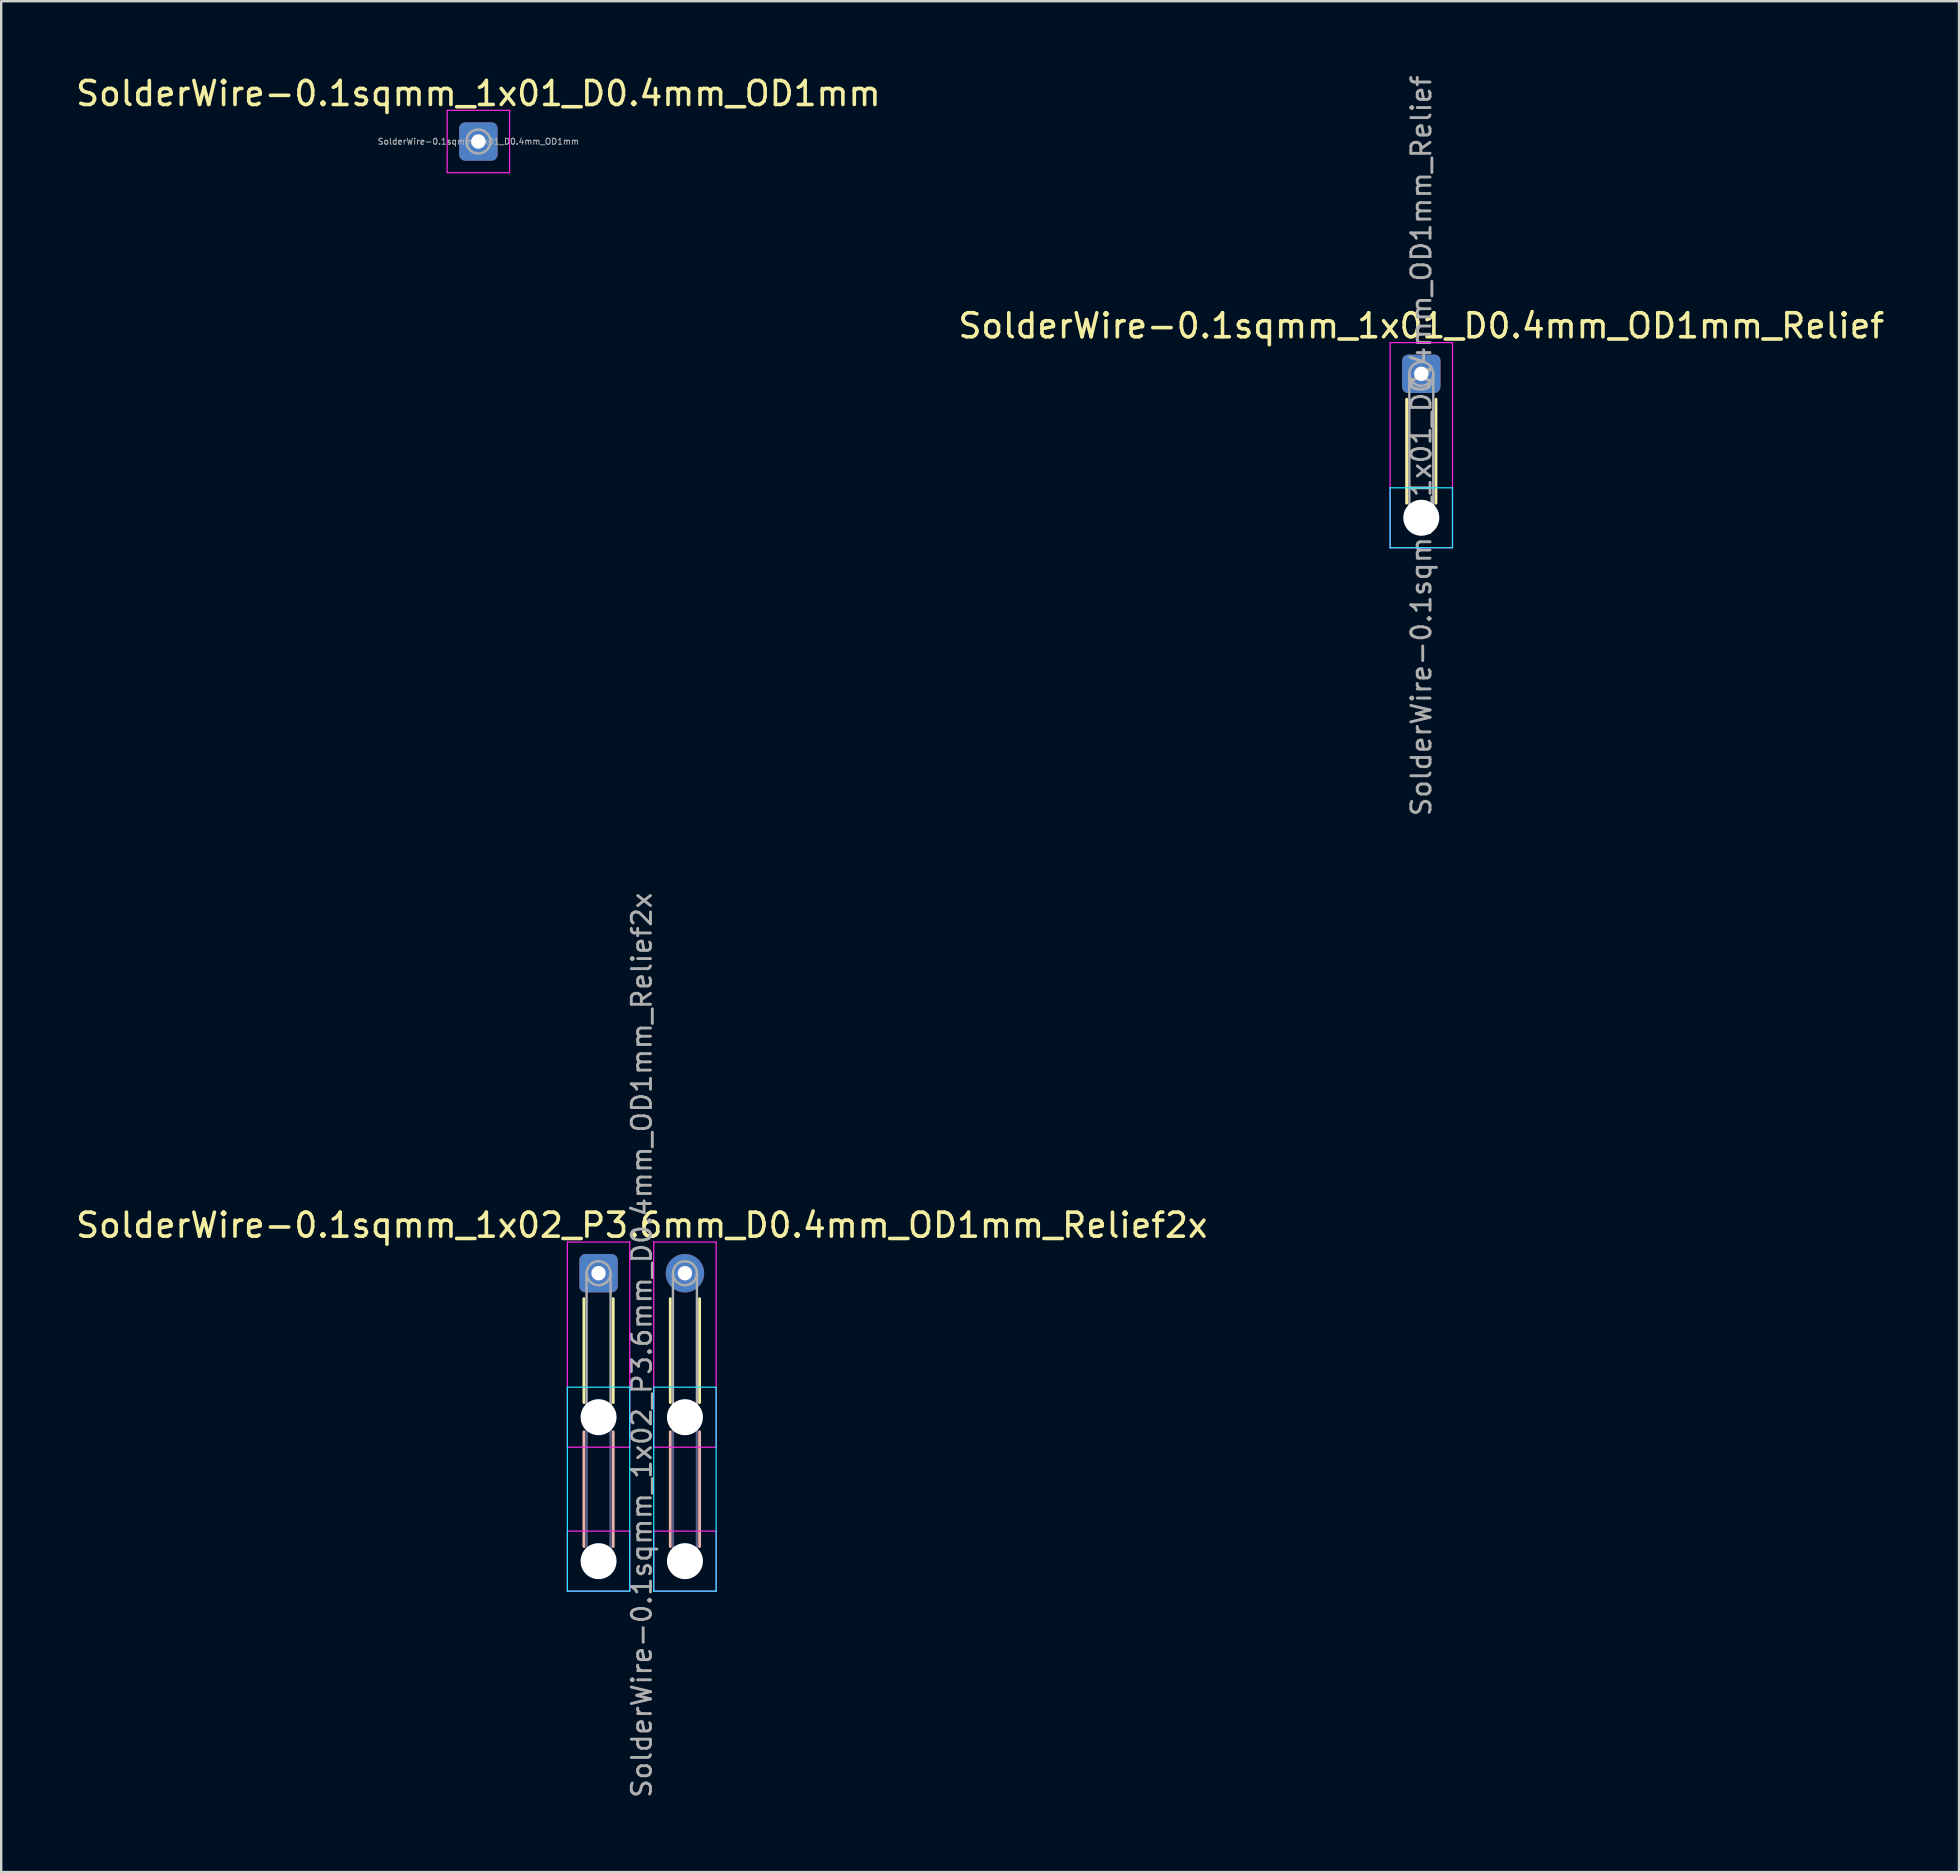
<source format=kicad_pcb>
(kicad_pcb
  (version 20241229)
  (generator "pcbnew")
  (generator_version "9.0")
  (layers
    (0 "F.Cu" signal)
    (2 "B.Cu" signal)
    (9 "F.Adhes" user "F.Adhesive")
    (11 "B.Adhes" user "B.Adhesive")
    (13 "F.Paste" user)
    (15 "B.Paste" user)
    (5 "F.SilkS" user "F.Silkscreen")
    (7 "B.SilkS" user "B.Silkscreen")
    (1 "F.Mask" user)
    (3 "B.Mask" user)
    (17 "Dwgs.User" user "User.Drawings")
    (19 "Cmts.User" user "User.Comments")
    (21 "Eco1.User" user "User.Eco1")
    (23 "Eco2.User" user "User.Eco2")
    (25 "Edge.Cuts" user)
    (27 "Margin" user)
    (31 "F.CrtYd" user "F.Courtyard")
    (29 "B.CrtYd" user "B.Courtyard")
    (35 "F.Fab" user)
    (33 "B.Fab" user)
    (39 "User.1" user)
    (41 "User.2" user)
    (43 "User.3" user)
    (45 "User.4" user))
  (footprint "SolderWire-0.1sqmm_1x01_D0.4mm_OD1mm_Relief"
    (layer "F.Cu")
    (at 56.185 12.529)
    (property "Reference" "SolderWire-0.1sqmm_1x01_D0.4mm_OD1mm_Relief" (at 0 -2 0) (layer "F.SilkS") (effects (font (size 1 1) (thickness 0.15))))
    (attr exclude_from_pos_files exclude_from_bom)
    (fp_line (start -0.61 1.06) (end -0.61 5.39) (stroke (width 0.12) (type solid)) (layer "F.SilkS"))
    (fp_line (start 0.61 1.06) (end 0.61 5.39) (stroke (width 0.12) (type solid)) (layer "F.SilkS"))
    (fp_line (start -1.3 4.75) (end -1.3 7.25) (stroke (width 0.05) (type solid)) (layer "B.CrtYd"))
    (fp_line (start -1.3 7.25) (end 1.3 7.25) (stroke (width 0.05) (type solid)) (layer "B.CrtYd"))
    (fp_line (start 1.3 4.75) (end -1.3 4.75) (stroke (width 0.05) (type solid)) (layer "B.CrtYd"))
    (fp_line (start 1.3 7.25) (end 1.3 4.75) (stroke (width 0.05) (type solid)) (layer "B.CrtYd"))
    (fp_line (start -1.3 -1.3) (end -1.3 7.25) (stroke (width 0.05) (type solid)) (layer "F.CrtYd"))
    (fp_line (start -1.3 7.25) (end 1.3 7.25) (stroke (width 0.05) (type solid)) (layer "F.CrtYd"))
    (fp_line (start 1.3 -1.3) (end -1.3 -1.3) (stroke (width 0.05) (type solid)) (layer "F.CrtYd"))
    (fp_line (start 1.3 7.25) (end 1.3 -1.3) (stroke (width 0.05) (type solid)) (layer "F.CrtYd"))
    (fp_line (start -0.5 0) (end -0.5 6) (stroke (width 0.1) (type solid)) (layer "F.Fab"))
    (fp_line (start 0.5 0) (end 0.5 6) (stroke (width 0.1) (type solid)) (layer "F.Fab"))
    (fp_circle (center 0 0) (end 0.5 0) (stroke (width 0.1) (type solid)) (fill no) (layer "F.Fab"))
    (fp_circle (center 0 6) (end 0.5 6) (stroke (width 0.1) (type solid)) (fill no) (layer "F.Fab"))
    (fp_text user "${REFERENCE}" (at 0 3 90) (layer "F.Fab") (effects (font (size 0.8 0.8) (thickness 0.12))))
    (pad "" np_thru_hole circle (at 0 6) (size 1.5 1.5) (drill 1.5) (layers "*.Cu" "*.Mask"))
    (pad "1" thru_hole roundrect (at 0 0) (size 1.6 1.6) (drill 0.6) (layers "*.Cu" "*.Mask") (roundrect_rratio 0.156)))
  (footprint "SolderWire-0.1sqmm_1x01_D0.4mm_OD1mm"
    (layer "F.Cu")
    (at 16.887 2.848)
    (property "Reference" "SolderWire-0.1sqmm_1x01_D0.4mm_OD1mm" (at 0 -2 0) (layer "F.SilkS") (effects (font (size 1 1) (thickness 0.15))))
    (attr exclude_from_pos_files exclude_from_bom)
    (fp_line (start -1.3 -1.3) (end -1.3 1.3) (stroke (width 0.05) (type solid)) (layer "F.CrtYd"))
    (fp_line (start -1.3 1.3) (end 1.3 1.3) (stroke (width 0.05) (type solid)) (layer "F.CrtYd"))
    (fp_line (start 1.3 -1.3) (end -1.3 -1.3) (stroke (width 0.05) (type solid)) (layer "F.CrtYd"))
    (fp_line (start 1.3 1.3) (end 1.3 -1.3) (stroke (width 0.05) (type solid)) (layer "F.CrtYd"))
    (fp_circle (center 0 0) (end 0.5 0) (stroke (width 0.1) (type solid)) (fill no) (layer "F.Fab"))
    (fp_text user "${REFERENCE}" (at 0 0 0) (layer "F.Fab") (effects (font (size 0.25 0.25) (thickness 0.04))))
    (pad "1" thru_hole roundrect (at 0 0) (size 1.6 1.6) (drill 0.6) (layers "*.Cu" "*.Mask") (roundrect_rratio 0.156)))
  (footprint "SolderWire-0.1sqmm_1x02_P3.6mm_D0.4mm_OD1mm_Relief2x"
    (layer "F.Cu")
    (at 21.896 50.014)
    (property "Reference" "SolderWire-0.1sqmm_1x02_P3.6mm_D0.4mm_OD1mm_Relief2x" (at 1.8 -2 0) (layer "F.SilkS") (effects (font (size 1 1) (thickness 0.15))))
    (attr exclude_from_pos_files exclude_from_bom)
    (fp_line (start -0.61 1.06) (end -0.61 5.39) (stroke (width 0.12) (type solid)) (layer "F.SilkS"))
    (fp_line (start 0.61 1.06) (end 0.61 5.39) (stroke (width 0.12) (type solid)) (layer "F.SilkS"))
    (fp_line (start 2.99 1.06) (end 2.99 5.39) (stroke (width 0.12) (type solid)) (layer "F.SilkS"))
    (fp_line (start 4.21 1.06) (end 4.21 5.39) (stroke (width 0.12) (type solid)) (layer "F.SilkS"))
    (fp_line (start -0.61 6.61) (end -0.61 11.39) (stroke (width 0.12) (type solid)) (layer "B.SilkS"))
    (fp_line (start 0.61 6.61) (end 0.61 11.39) (stroke (width 0.12) (type solid)) (layer "B.SilkS"))
    (fp_line (start 2.99 6.61) (end 2.99 11.39) (stroke (width 0.12) (type solid)) (layer "B.SilkS"))
    (fp_line (start 4.21 6.61) (end 4.21 11.39) (stroke (width 0.12) (type solid)) (layer "B.SilkS"))
    (fp_line (start -1.3 4.75) (end -1.3 13.25) (stroke (width 0.05) (type solid)) (layer "B.CrtYd"))
    (fp_line (start -1.3 13.25) (end 1.3 13.25) (stroke (width 0.05) (type solid)) (layer "B.CrtYd"))
    (fp_line (start 1.3 4.75) (end -1.3 4.75) (stroke (width 0.05) (type solid)) (layer "B.CrtYd"))
    (fp_line (start 1.3 13.25) (end 1.3 4.75) (stroke (width 0.05) (type solid)) (layer "B.CrtYd"))
    (fp_line (start 2.3 4.75) (end 2.3 13.25) (stroke (width 0.05) (type solid)) (layer "B.CrtYd"))
    (fp_line (start 2.3 13.25) (end 4.9 13.25) (stroke (width 0.05) (type solid)) (layer "B.CrtYd"))
    (fp_line (start 4.9 4.75) (end 2.3 4.75) (stroke (width 0.05) (type solid)) (layer "B.CrtYd"))
    (fp_line (start 4.9 13.25) (end 4.9 4.75) (stroke (width 0.05) (type solid)) (layer "B.CrtYd"))
    (fp_line (start -1.3 -1.3) (end -1.3 7.25) (stroke (width 0.05) (type solid)) (layer "F.CrtYd"))
    (fp_line (start -1.3 7.25) (end 1.3 7.25) (stroke (width 0.05) (type solid)) (layer "F.CrtYd"))
    (fp_line (start -1.3 10.75) (end -1.3 13.25) (stroke (width 0.05) (type solid)) (layer "F.CrtYd"))
    (fp_line (start -1.3 13.25) (end 1.3 13.25) (stroke (width 0.05) (type solid)) (layer "F.CrtYd"))
    (fp_line (start 1.3 -1.3) (end -1.3 -1.3) (stroke (width 0.05) (type solid)) (layer "F.CrtYd"))
    (fp_line (start 1.3 7.25) (end 1.3 -1.3) (stroke (width 0.05) (type solid)) (layer "F.CrtYd"))
    (fp_line (start 1.3 10.75) (end -1.3 10.75) (stroke (width 0.05) (type solid)) (layer "F.CrtYd"))
    (fp_line (start 1.3 13.25) (end 1.3 10.75) (stroke (width 0.05) (type solid)) (layer "F.CrtYd"))
    (fp_line (start 2.3 -1.3) (end 2.3 7.25) (stroke (width 0.05) (type solid)) (layer "F.CrtYd"))
    (fp_line (start 2.3 7.25) (end 4.9 7.25) (stroke (width 0.05) (type solid)) (layer "F.CrtYd"))
    (fp_line (start 2.3 10.75) (end 2.3 13.25) (stroke (width 0.05) (type solid)) (layer "F.CrtYd"))
    (fp_line (start 2.3 13.25) (end 4.9 13.25) (stroke (width 0.05) (type solid)) (layer "F.CrtYd"))
    (fp_line (start 4.9 -1.3) (end 2.3 -1.3) (stroke (width 0.05) (type solid)) (layer "F.CrtYd"))
    (fp_line (start 4.9 7.25) (end 4.9 -1.3) (stroke (width 0.05) (type solid)) (layer "F.CrtYd"))
    (fp_line (start 4.9 10.75) (end 2.3 10.75) (stroke (width 0.05) (type solid)) (layer "F.CrtYd"))
    (fp_line (start 4.9 13.25) (end 4.9 10.75) (stroke (width 0.05) (type solid)) (layer "F.CrtYd"))
    (fp_line (start -0.5 6) (end -0.5 12) (stroke (width 0.1) (type solid)) (layer "B.Fab"))
    (fp_line (start 0.5 6) (end 0.5 12) (stroke (width 0.1) (type solid)) (layer "B.Fab"))
    (fp_line (start 3.1 6) (end 3.1 12) (stroke (width 0.1) (type solid)) (layer "B.Fab"))
    (fp_line (start 4.1 6) (end 4.1 12) (stroke (width 0.1) (type solid)) (layer "B.Fab"))
    (fp_circle (center 0 6) (end 0.5 6) (stroke (width 0.1) (type solid)) (fill no) (layer "B.Fab"))
    (fp_circle (center 0 12) (end 0.5 12) (stroke (width 0.1) (type solid)) (fill no) (layer "B.Fab"))
    (fp_circle (center 3.6 6) (end 4.1 6) (stroke (width 0.1) (type solid)) (fill no) (layer "B.Fab"))
    (fp_circle (center 3.6 12) (end 4.1 12) (stroke (width 0.1) (type solid)) (fill no) (layer "B.Fab"))
    (fp_line (start -0.5 0) (end -0.5 6) (stroke (width 0.1) (type solid)) (layer "F.Fab"))
    (fp_line (start 0.5 0) (end 0.5 6) (stroke (width 0.1) (type solid)) (layer "F.Fab"))
    (fp_line (start 3.1 0) (end 3.1 6) (stroke (width 0.1) (type solid)) (layer "F.Fab"))
    (fp_line (start 4.1 0) (end 4.1 6) (stroke (width 0.1) (type solid)) (layer "F.Fab"))
    (fp_circle (center 0 0) (end 0.5 0) (stroke (width 0.1) (type solid)) (fill no) (layer "F.Fab"))
    (fp_circle (center 0 6) (end 0.5 6) (stroke (width 0.1) (type solid)) (fill no) (layer "F.Fab"))
    (fp_circle (center 0 12) (end 0.5 12) (stroke (width 0.1) (type solid)) (fill no) (layer "F.Fab"))
    (fp_circle (center 3.6 0) (end 4.1 0) (stroke (width 0.1) (type solid)) (fill no) (layer "F.Fab"))
    (fp_circle (center 3.6 6) (end 4.1 6) (stroke (width 0.1) (type solid)) (fill no) (layer "F.Fab"))
    (fp_circle (center 3.6 12) (end 4.1 12) (stroke (width 0.1) (type solid)) (fill no) (layer "F.Fab"))
    (fp_text user "${REFERENCE}" (at 1.8 3 90) (layer "F.Fab") (effects (font (size 0.8 0.8) (thickness 0.12))))
    (pad "" np_thru_hole circle (at 0 6) (size 1.5 1.5) (drill 1.5) (layers "*.Cu" "*.Mask"))
    (pad "" np_thru_hole circle (at 0 12) (size 1.5 1.5) (drill 1.5) (layers "*.Cu" "*.Mask"))
    (pad "" np_thru_hole circle (at 3.6 6) (size 1.5 1.5) (drill 1.5) (layers "*.Cu" "*.Mask"))
    (pad "" np_thru_hole circle (at 3.6 12) (size 1.5 1.5) (drill 1.5) (layers "*.Cu" "*.Mask"))
    (pad "1" thru_hole roundrect (at 0 0) (size 1.6 1.6) (drill 0.6) (layers "*.Cu" "*.Mask") (roundrect_rratio 0.156))
    (pad "2" thru_hole circle (at 3.6 0) (size 1.6 1.6) (drill 0.6) (layers "*.Cu" "*.Mask")))
  (gr_rect
    (start -3 -3)
    (end 78.595 74.971)
    (stroke (width 0.1) (type default))
    (fill no)
    (layer "Edge.Cuts")))
</source>
